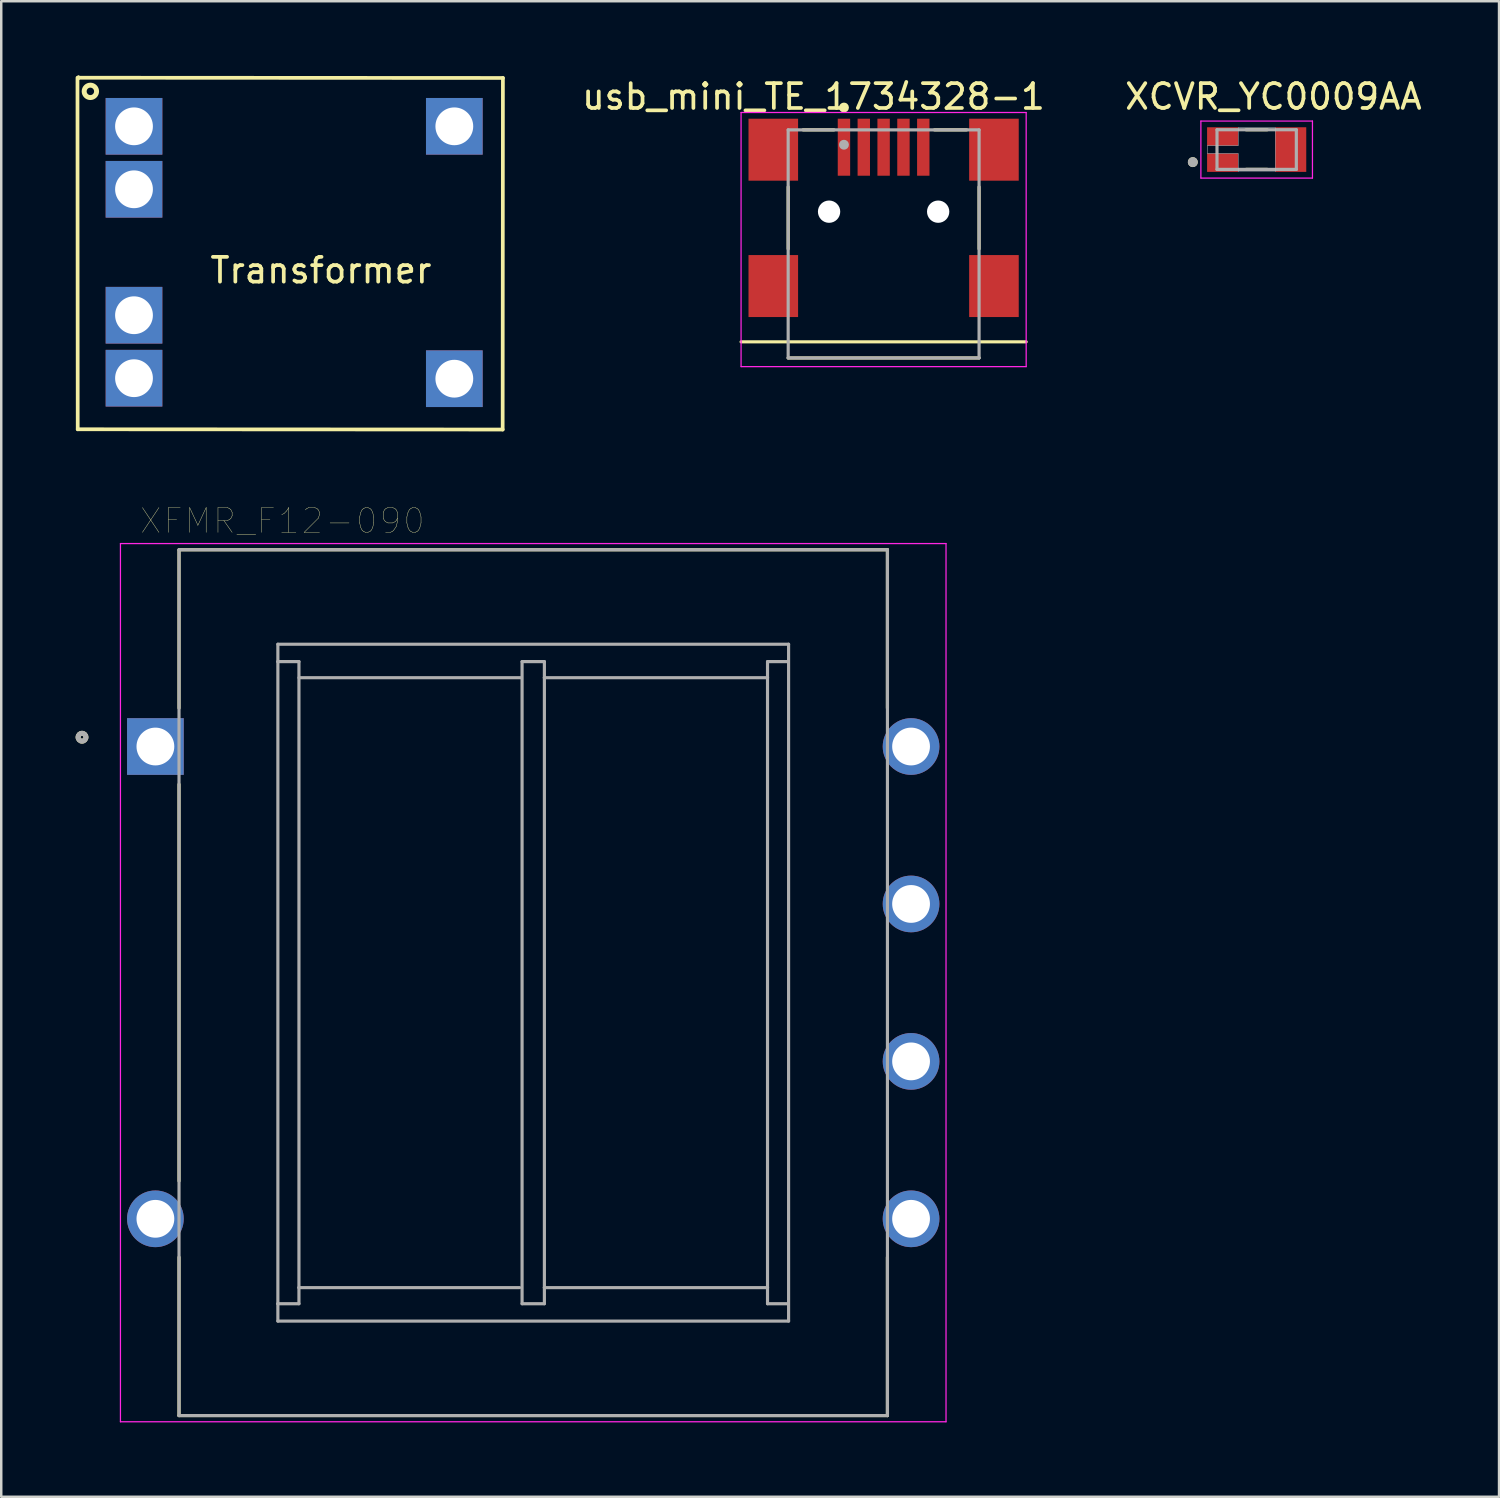
<source format=kicad_pcb>
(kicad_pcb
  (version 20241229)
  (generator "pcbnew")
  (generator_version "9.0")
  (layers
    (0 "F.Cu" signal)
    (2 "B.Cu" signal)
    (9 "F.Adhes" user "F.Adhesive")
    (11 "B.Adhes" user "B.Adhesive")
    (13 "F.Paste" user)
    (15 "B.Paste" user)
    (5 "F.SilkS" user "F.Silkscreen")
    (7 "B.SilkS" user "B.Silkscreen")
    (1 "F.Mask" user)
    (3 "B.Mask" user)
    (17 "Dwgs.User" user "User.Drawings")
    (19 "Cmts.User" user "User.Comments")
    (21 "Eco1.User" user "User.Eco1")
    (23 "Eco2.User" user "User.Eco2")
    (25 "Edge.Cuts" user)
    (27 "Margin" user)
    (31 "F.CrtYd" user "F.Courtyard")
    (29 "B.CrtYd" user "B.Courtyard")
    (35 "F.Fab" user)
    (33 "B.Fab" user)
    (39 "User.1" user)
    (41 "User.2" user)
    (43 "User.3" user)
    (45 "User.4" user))
  (footprint "XFMR_F12-090"
    (layer "F.Cu")
    (at 18.458 36.586)
    (property "Reference" "XFMR_F12-090" (at -10.121 -18.625 0) (layer "F.SilkS") (effects (font (size 1 1) (thickness 0.015))))
    (attr through_hole)
    (fp_line (start -14.287 -17.462) (end 14.287 -17.462) (stroke (width 0.127) (type solid)) (layer "F.SilkS"))
    (fp_line (start -14.287 -17.424) (end -14.287 -11.074) (stroke (width 0.127) (type solid)) (layer "F.SilkS"))
    (fp_line (start -14.287 -8) (end -14.287 8) (stroke (width 0.127) (type solid)) (layer "F.SilkS"))
    (fp_line (start -14.287 11.074) (end -14.287 17.462) (stroke (width 0.127) (type solid)) (layer "F.SilkS"))
    (fp_line (start 14.287 -17.462) (end 14.287 -11.074) (stroke (width 0.127) (type solid)) (layer "F.SilkS"))
    (fp_line (start 14.287 17.462) (end -14.287 17.462) (stroke (width 0.127) (type solid)) (layer "F.SilkS"))
    (fp_line (start 14.287 17.462) (end 14.287 11.074) (stroke (width 0.127) (type solid)) (layer "F.SilkS"))
    (fp_circle (center -18.2 -9.9) (end -18.042 -9.9) (stroke (width 0.2) (type solid)) (fill no) (layer "F.SilkS"))
    (fp_line (start -16.65 -17.712) (end 16.65 -17.712) (stroke (width 0.05) (type solid)) (layer "F.CrtYd"))
    (fp_line (start -16.65 17.712) (end -16.65 -17.712) (stroke (width 0.05) (type solid)) (layer "F.CrtYd"))
    (fp_line (start 16.65 -17.712) (end 16.65 17.712) (stroke (width 0.05) (type solid)) (layer "F.CrtYd"))
    (fp_line (start 16.65 17.712) (end -16.65 17.712) (stroke (width 0.05) (type solid)) (layer "F.CrtYd"))
    (fp_line (start -14.287 -17.462) (end 14.287 -17.462) (stroke (width 0.127) (type solid)) (layer "F.Fab"))
    (fp_line (start -14.287 17.462) (end -14.287 -17.462) (stroke (width 0.127) (type solid)) (layer "F.Fab"))
    (fp_line (start -10.3 -13.65) (end 10.3 -13.65) (stroke (width 0.127) (type solid)) (layer "F.Fab"))
    (fp_line (start -10.3 -12.95) (end -10.3 -13.65) (stroke (width 0.127) (type solid)) (layer "F.Fab"))
    (fp_line (start -10.3 -12.95) (end -9.45 -12.95) (stroke (width 0.127) (type solid)) (layer "F.Fab"))
    (fp_line (start -10.3 12.95) (end -10.3 -12.95) (stroke (width 0.127) (type solid)) (layer "F.Fab"))
    (fp_line (start -10.3 13.65) (end -10.3 12.95) (stroke (width 0.127) (type solid)) (layer "F.Fab"))
    (fp_line (start -9.45 -12.95) (end -9.45 12.3) (stroke (width 0.127) (type solid)) (layer "F.Fab"))
    (fp_line (start -9.45 12.3) (end -9.45 12.95) (stroke (width 0.127) (type solid)) (layer "F.Fab"))
    (fp_line (start -9.45 12.95) (end -10.3 12.95) (stroke (width 0.127) (type solid)) (layer "F.Fab"))
    (fp_line (start -0.55 12.3) (end -9.45 12.3) (stroke (width 0.127) (type solid)) (layer "F.Fab"))
    (fp_line (start -0.498 -12.3) (end -9.449 -12.3) (stroke (width 0.127) (type solid)) (layer "F.Fab"))
    (fp_line (start -0.45 -12.95) (end 0.45 -12.95) (stroke (width 0.127) (type solid)) (layer "F.Fab"))
    (fp_line (start -0.45 12.95) (end -0.45 -12.95) (stroke (width 0.127) (type solid)) (layer "F.Fab"))
    (fp_line (start 0.45 -12.95) (end 0.45 -12.3) (stroke (width 0.127) (type solid)) (layer "F.Fab"))
    (fp_line (start 0.45 -12.3) (end 0.45 12.3) (stroke (width 0.127) (type solid)) (layer "F.Fab"))
    (fp_line (start 0.45 12.3) (end 0.45 12.95) (stroke (width 0.127) (type solid)) (layer "F.Fab"))
    (fp_line (start 0.45 12.95) (end -0.45 12.95) (stroke (width 0.127) (type solid)) (layer "F.Fab"))
    (fp_line (start 9.45 -12.95) (end 9.45 -12.3) (stroke (width 0.127) (type solid)) (layer "F.Fab"))
    (fp_line (start 9.45 -12.3) (end 0.45 -12.3) (stroke (width 0.127) (type solid)) (layer "F.Fab"))
    (fp_line (start 9.45 -12.3) (end 9.45 12.3) (stroke (width 0.127) (type solid)) (layer "F.Fab"))
    (fp_line (start 9.45 12.3) (end 0.45 12.3) (stroke (width 0.127) (type solid)) (layer "F.Fab"))
    (fp_line (start 9.45 12.3) (end 9.45 12.95) (stroke (width 0.127) (type solid)) (layer "F.Fab"))
    (fp_line (start 9.45 12.95) (end 10.25 12.95) (stroke (width 0.127) (type solid)) (layer "F.Fab"))
    (fp_line (start 10.25 -12.95) (end 9.45 -12.95) (stroke (width 0.127) (type solid)) (layer "F.Fab"))
    (fp_line (start 10.3 -13.65) (end 10.3 13.65) (stroke (width 0.127) (type solid)) (layer "F.Fab"))
    (fp_line (start 10.3 13.65) (end -10.3 13.65) (stroke (width 0.127) (type solid)) (layer "F.Fab"))
    (fp_line (start 14.287 -17.462) (end 14.287 17.462) (stroke (width 0.127) (type solid)) (layer "F.Fab"))
    (fp_line (start 14.287 17.462) (end -14.287 17.462) (stroke (width 0.127) (type solid)) (layer "F.Fab"))
    (fp_circle (center -18.2 -9.9) (end -18.042 -9.9) (stroke (width 0.2) (type solid)) (fill no) (layer "F.Fab"))
    (pad "1" thru_hole rect (at -15.24 -9.525) (size 2.286 2.286) (drill 1.524) (layers "*.Cu" "*.Mask"))
    (pad "4" thru_hole circle (at -15.24 9.525) (size 2.286 2.286) (drill 1.524) (layers "*.Cu" "*.Mask"))
    (pad "5" thru_hole circle (at 15.24 -9.525) (size 2.286 2.286) (drill 1.524) (layers "*.Cu" "*.Mask"))
    (pad "6" thru_hole circle (at 15.24 -3.175) (size 2.286 2.286) (drill 1.524) (layers "*.Cu" "*.Mask"))
    (pad "7" thru_hole circle (at 15.24 3.175) (size 2.286 2.286) (drill 1.524) (layers "*.Cu" "*.Mask"))
    (pad "8" thru_hole circle (at 15.24 9.525) (size 2.286 2.286) (drill 1.524) (layers "*.Cu" "*.Mask")))
  (footprint "usb_mini_TE_1734328-1"
    (layer "F.Cu")
    (at 32.591 2.988)
    (property "Reference" "usb_mini_TE_1734328-1" (at -2.83 -2.139 0) (layer "F.SilkS") (effects (font (size 1.002 1.002) (thickness 0.15))))
    (attr through_hole)
    (fp_line (start -5.75 7.75) (end 5.75 7.75) (stroke (width 0.127) (type solid)) (layer "F.SilkS"))
    (fp_line (start -3.85 1.5) (end -3.85 4) (stroke (width 0.127) (type solid)) (layer "F.SilkS"))
    (fp_line (start -3.85 8.4) (end 3.85 8.4) (stroke (width 0.127) (type solid)) (layer "F.SilkS"))
    (fp_line (start -3.25 -0.8) (end -2 -0.8) (stroke (width 0.127) (type solid)) (layer "F.SilkS"))
    (fp_line (start 2.05 -0.8) (end 3.35 -0.8) (stroke (width 0.127) (type solid)) (layer "F.SilkS"))
    (fp_line (start 3.85 1.5) (end 3.85 4) (stroke (width 0.127) (type solid)) (layer "F.SilkS"))
    (fp_circle (center -1.6 -1.7) (end -1.5 -1.7) (stroke (width 0.2) (type solid)) (fill no) (layer "F.SilkS"))
    (fp_line (start -5.75 -1.5) (end 5.75 -1.5) (stroke (width 0.05) (type solid)) (layer "F.CrtYd"))
    (fp_line (start -5.75 8.75) (end -5.75 -1.5) (stroke (width 0.05) (type solid)) (layer "F.CrtYd"))
    (fp_line (start 5.75 -1.5) (end 5.75 8.75) (stroke (width 0.05) (type solid)) (layer "F.CrtYd"))
    (fp_line (start 5.75 8.75) (end -5.75 8.75) (stroke (width 0.05) (type solid)) (layer "F.CrtYd"))
    (fp_line (start -3.85 -0.8) (end 3.85 -0.8) (stroke (width 0.127) (type solid)) (layer "F.Fab"))
    (fp_line (start -3.85 8.4) (end -3.85 -0.8) (stroke (width 0.127) (type solid)) (layer "F.Fab"))
    (fp_line (start 3.85 -0.8) (end 3.85 8.4) (stroke (width 0.127) (type solid)) (layer "F.Fab"))
    (fp_line (start 3.85 8.4) (end -3.85 8.4) (stroke (width 0.127) (type solid)) (layer "F.Fab"))
    (fp_circle (center -1.6 -0.2) (end -1.5 -0.2) (stroke (width 0.2) (type solid)) (fill no) (layer "F.Fab"))
    (pad "" np_thru_hole circle (at -2.2 2.5) (size 0.9 0.9) (drill 0.9) (layers "*.Cu" "*.Mask"))
    (pad "" np_thru_hole circle (at 2.2 2.5) (size 0.9 0.9) (drill 0.9) (layers "*.Cu" "*.Mask"))
    (pad "1" smd rect (at -1.6 -0.1 90) (size 2.3 0.5) (layers "F.Cu" "F.Mask" "F.Paste"))
    (pad "2" smd rect (at -0.8 -0.1 90) (size 2.3 0.5) (layers "F.Cu" "F.Mask" "F.Paste"))
    (pad "3" smd rect (at 0 -0.1 90) (size 2.3 0.5) (layers "F.Cu" "F.Mask" "F.Paste"))
    (pad "4" smd rect (at 0.8 -0.1 90) (size 2.3 0.5) (layers "F.Cu" "F.Mask" "F.Paste"))
    (pad "5" smd rect (at 1.6 -0.1 90) (size 2.3 0.5) (layers "F.Cu" "F.Mask" "F.Paste"))
    (pad "6" smd rect (at -4.45 0) (size 2 2.5) (layers "F.Cu" "F.Mask" "F.Paste"))
    (pad "7" smd rect (at -4.45 5.5) (size 2 2.5) (layers "F.Cu" "F.Mask" "F.Paste"))
    (pad "8" smd rect (at 4.45 5.5) (size 2 2.5) (layers "F.Cu" "F.Mask" "F.Paste"))
    (pad "9" smd rect (at 4.45 0) (size 2 2.5) (layers "F.Cu" "F.Mask" "F.Paste")))
  (footprint "XCVR_YC0009AA"
    (layer "F.Cu")
    (at 47.638 2.983)
    (property "Reference" "XCVR_YC0009AA" (at 0.675 -2.135 0) (layer "F.SilkS") (effects (font (size 1 1) (thickness 0.15))))
    (attr through_hole)
    (fp_line (start -0.43 -0.8) (end 0.43 -0.8) (stroke (width 0.127) (type solid)) (layer "F.SilkS"))
    (fp_line (start -0.43 0.8) (end 0.43 0.8) (stroke (width 0.127) (type solid)) (layer "F.SilkS"))
    (fp_circle (center -2.576 0.506) (end -2.476 0.506) (stroke (width 0.2) (type solid)) (fill no) (layer "F.SilkS"))
    (fp_poly (pts (xy 0.745 0.895) (xy -0.745 0.895) (xy -0.745 0.155) (xy -1.995 0.155) (xy -1.995 -0.155) (xy -0.745 -0.155) (xy -0.745 -0.895) (xy 0.745 -0.895)) (stroke (width 0.01) (type solid)) (fill no) (layer "Dwgs.User"))
    (fp_poly (pts (xy 0.745 0.895) (xy -0.745 0.895) (xy -0.745 0.155) (xy -1.995 0.155) (xy -1.995 -0.155) (xy -0.745 -0.155) (xy -0.745 -0.895) (xy 0.745 -0.895)) (stroke (width 0.01) (type solid)) (fill no) (layer "Dwgs.User"))
    (fp_line (start -2.25 -1.15) (end 2.25 -1.15) (stroke (width 0.05) (type solid)) (layer "F.CrtYd"))
    (fp_line (start -2.25 1.15) (end -2.25 -1.15) (stroke (width 0.05) (type solid)) (layer "F.CrtYd"))
    (fp_line (start 2.25 -1.15) (end 2.25 1.15) (stroke (width 0.05) (type solid)) (layer "F.CrtYd"))
    (fp_line (start 2.25 1.15) (end -2.25 1.15) (stroke (width 0.05) (type solid)) (layer "F.CrtYd"))
    (fp_line (start -1.6 -0.8) (end -1.6 0.8) (stroke (width 0.127) (type solid)) (layer "F.Fab"))
    (fp_line (start -1.6 0.8) (end 1.6 0.8) (stroke (width 0.127) (type solid)) (layer "F.Fab"))
    (fp_line (start 1.6 -0.8) (end -1.6 -0.8) (stroke (width 0.127) (type solid)) (layer "F.Fab"))
    (fp_line (start 1.6 0.8) (end 1.6 -0.8) (stroke (width 0.127) (type solid)) (layer "F.Fab"))
    (fp_circle (center -2.576 0.506) (end -2.476 0.506) (stroke (width 0.2) (type solid)) (fill no) (layer "F.Fab"))
    (pad "1" smd rect (at -1.375 0.53) (size 1.25 0.74) (layers "F.Cu" "F.Mask" "F.Paste"))
    (pad "2" smd rect (at 1.375 0) (size 1.25 1.8) (layers "F.Cu" "F.Mask" "F.Paste"))
    (pad "3" smd rect (at -1.375 -0.53) (size 1.25 0.74) (layers "F.Cu" "F.Mask" "F.Paste")))
  (footprint "Transformer"
    (layer "F.Cu")
    (at 9.975 9.665)
    (property "Reference" "Transformer" (at -0.08 -1.81 0) (layer "F.SilkS") (effects (font (size 1 1) (thickness 0.15))))
    (attr through_hole)
    (fp_line (start -9.9 -9.58) (end -9.89 4.6) (stroke (width 0.15) (type solid)) (layer "F.SilkS"))
    (fp_line (start -9.89 4.6) (end 7.25 4.61) (stroke (width 0.15) (type solid)) (layer "F.SilkS"))
    (fp_line (start -9.86 -9.59) (end -9.86 -9.58) (stroke (width 0.15) (type solid)) (layer "F.SilkS"))
    (fp_line (start -9.86 -9.58) (end -9.86 -9.59) (stroke (width 0.15) (type solid)) (layer "F.SilkS"))
    (fp_line (start -9.86 -9.58) (end -9.86 -9.59) (stroke (width 0.15) (type solid)) (layer "F.SilkS"))
    (fp_line (start 7.25 4.61) (end 7.26 -9.57) (stroke (width 0.15) (type solid)) (layer "F.SilkS"))
    (fp_line (start 7.26 -9.57) (end -9.86 -9.58) (stroke (width 0.15) (type solid)) (layer "F.SilkS"))
    (fp_circle (center -9.38 -9.03) (end -9.13 -9.03) (stroke (width 0.2) (type solid)) (fill no) (layer "F.SilkS"))
    (pad "1" thru_hole rect (at -7.62 -7.62) (size 2.286 2.286) (drill 1.524) (layers "*.Cu" "*.Mask"))
    (pad "2" thru_hole rect (at -7.62 -5.08) (size 2.286 2.286) (drill 1.524) (layers "*.Cu" "*.Mask"))
    (pad "3" thru_hole rect (at -7.62 0) (size 2.286 2.286) (drill 1.524) (layers "*.Cu" "*.Mask"))
    (pad "4" thru_hole rect (at -7.62 2.54) (size 2.286 2.286) (drill 1.524) (layers "*.Cu" "*.Mask"))
    (pad "5" thru_hole rect (at 5.3 2.56) (size 2.286 2.286) (drill 1.524) (layers "*.Cu" "*.Mask"))
    (pad "6" thru_hole rect (at 5.3 -7.62) (size 2.286 2.286) (drill 1.524) (layers "*.Cu" "*.Mask")))
  (gr_rect
    (start -3 -3)
    (end 57.414 57.323)
    (stroke (width 0.1) (type default))
    (fill no)
    (layer "Edge.Cuts")))
</source>
